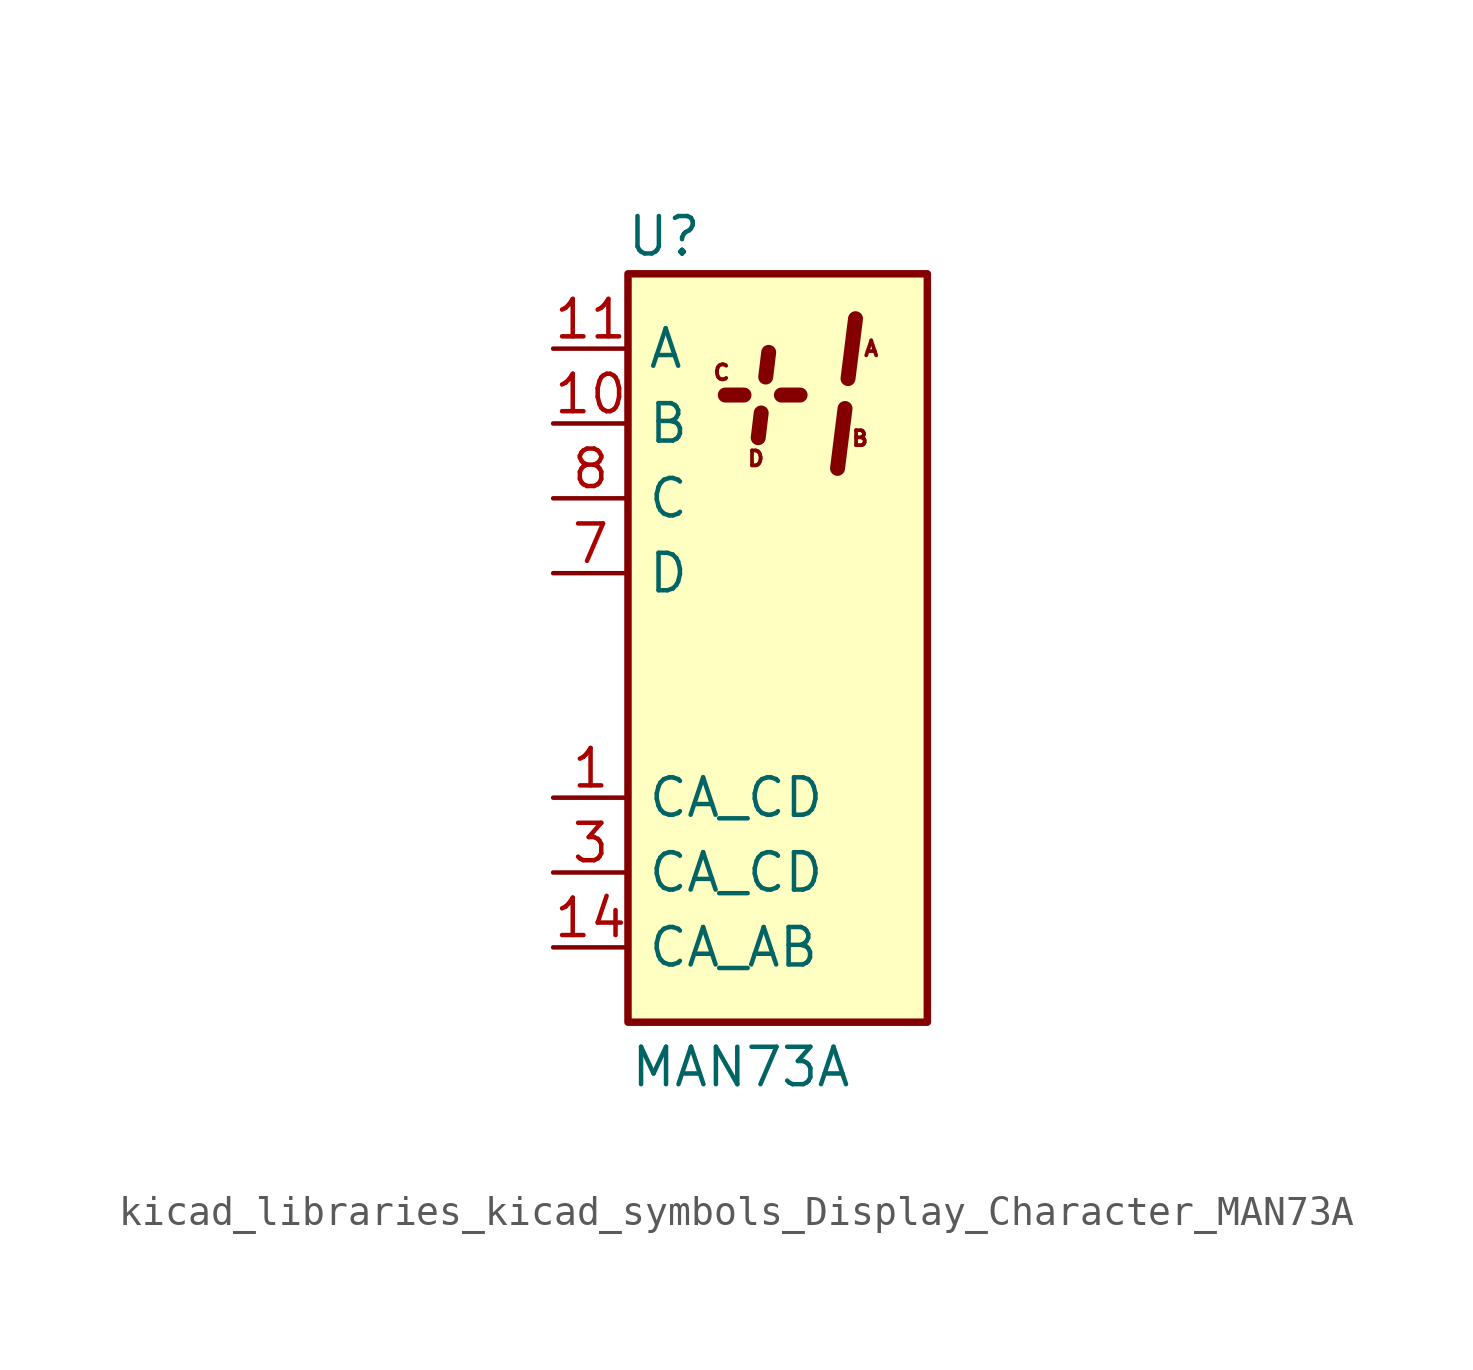
<source format=kicad_sym>
(kicad_symbol_lib
  (version 20220914)
  (generator kicad_symbol_editor)
  (symbol "kicad_libraries_kicad_symbols_Display_Character_MAN73A"
    (pin_names
      (offset 0.635))
    (property "Reference" "U"
      (at -2.54 13.97 0)
      (effects (font (size 1.27 1.27)) (justify right)))
    (property "Value" "MAN73A"
      (at 2.54 -14.224 0)
      (effects (font (size 1.27 1.27)) (justify right)))
    (symbol "kicad_libraries_kicad_symbols_Display_Character_MAN73A_0_0"
      (text "A" (at 3.175 10.16 0) (effects (font (size 0.508 0.508))))
      (text "B" (at 2.794 7.112 0) (effects (font (size 0.508 0.508))))
      (text "C" (at -1.905 9.347 0) (effects (font (size 0.508 0.508))))
      (text "D" (at -0.737 6.426 0) (effects (font (size 0.508 0.508)))))
    (symbol "kicad_libraries_kicad_symbols_Display_Character_MAN73A_0_1"
      (rectangle (start -5.08 12.7) (end 5.08 -12.7) (stroke (width 0.254) (type default)) (fill (type background)))
      (polyline (pts (xy -1.778 8.585) (xy -1.143 8.585)) (stroke (width 0.508) (type default)) (fill (type none)))
      (polyline (pts (xy 2.286 8.128) (xy 2.032 6.096)) (stroke (width 0.508) (type default)) (fill (type none)))
      (polyline (pts (xy 2.642 11.176) (xy 2.388 9.144)) (stroke (width 0.508) (type default)) (fill (type none))))
    (symbol "kicad_libraries_kicad_symbols_Display_Character_MAN73A_1_1"
      (polyline (pts (xy -0.66 7.137) (xy -0.559 7.976)) (stroke (width 0.508) (type default)) (fill (type none)))
      (polyline (pts (xy -0.305 10.033) (xy -0.406 9.195)) (stroke (width 0.508) (type default)) (fill (type none)))
      (polyline (pts (xy 0.127 8.585) (xy 0.762 8.585)) (stroke (width 0.508) (type default)) (fill (type none)))
      (pin input line (at -7.62 -5.08 0) (length 2.54) (name "CA_CD" (effects (font (size 1.27 1.27)))) (number "1" (effects (font (size 1.27 1.27)))))
      (pin input line (at -7.62 7.62 0) (length 2.54) (name "B" (effects (font (size 1.27 1.27)))) (number "10" (effects (font (size 1.27 1.27)))))
      (pin input line (at -7.62 10.16 0) (length 2.54) (name "A" (effects (font (size 1.27 1.27)))) (number "11" (effects (font (size 1.27 1.27)))))
      (pin no_connect line (at 5.08 -7.62 180) (length 2.54) hide (name "NC" (effects (font (size 1.27 1.27)))) (number "12" (effects (font (size 1.27 1.27)))))
      (pin no_connect line (at 5.08 -10.16 180) (length 2.54) hide (name "NC" (effects (font (size 1.27 1.27)))) (number "13" (effects (font (size 1.27 1.27)))))
      (pin input line (at -7.62 -10.16 0) (length 2.54) (name "CA_AB" (effects (font (size 1.27 1.27)))) (number "14" (effects (font (size 1.27 1.27)))))
      (pin no_connect line (at 5.08 5.08 180) (length 2.54) hide (name "NC" (effects (font (size 1.27 1.27)))) (number "2" (effects (font (size 1.27 1.27)))))
      (pin input line (at -7.62 -7.62 0) (length 2.54) (name "CA_CD" (effects (font (size 1.27 1.27)))) (number "3" (effects (font (size 1.27 1.27)))))
      (pin no_connect line (at 5.08 2.54 180) (length 2.54) hide (name "NC" (effects (font (size 1.27 1.27)))) (number "4" (effects (font (size 1.27 1.27)))))
      (pin no_connect line (at 5.08 0 180) (length 2.54) hide (name "NC" (effects (font (size 1.27 1.27)))) (number "5" (effects (font (size 1.27 1.27)))))
      (pin no_connect line (at 5.08 -2.54 180) (length 2.54) hide (name "NC" (effects (font (size 1.27 1.27)))) (number "6" (effects (font (size 1.27 1.27)))))
      (pin input line (at -7.62 2.54 0) (length 2.54) (name "D" (effects (font (size 1.27 1.27)))) (number "7" (effects (font (size 1.27 1.27)))))
      (pin input line (at -7.62 5.08 0) (length 2.54) (name "C" (effects (font (size 1.27 1.27)))) (number "8" (effects (font (size 1.27 1.27)))))
      (pin no_connect line (at 5.08 -5.08 180) (length 2.54) hide (name "NC" (effects (font (size 1.27 1.27)))) (number "9" (effects (font (size 1.27 1.27))))))))
</source>
